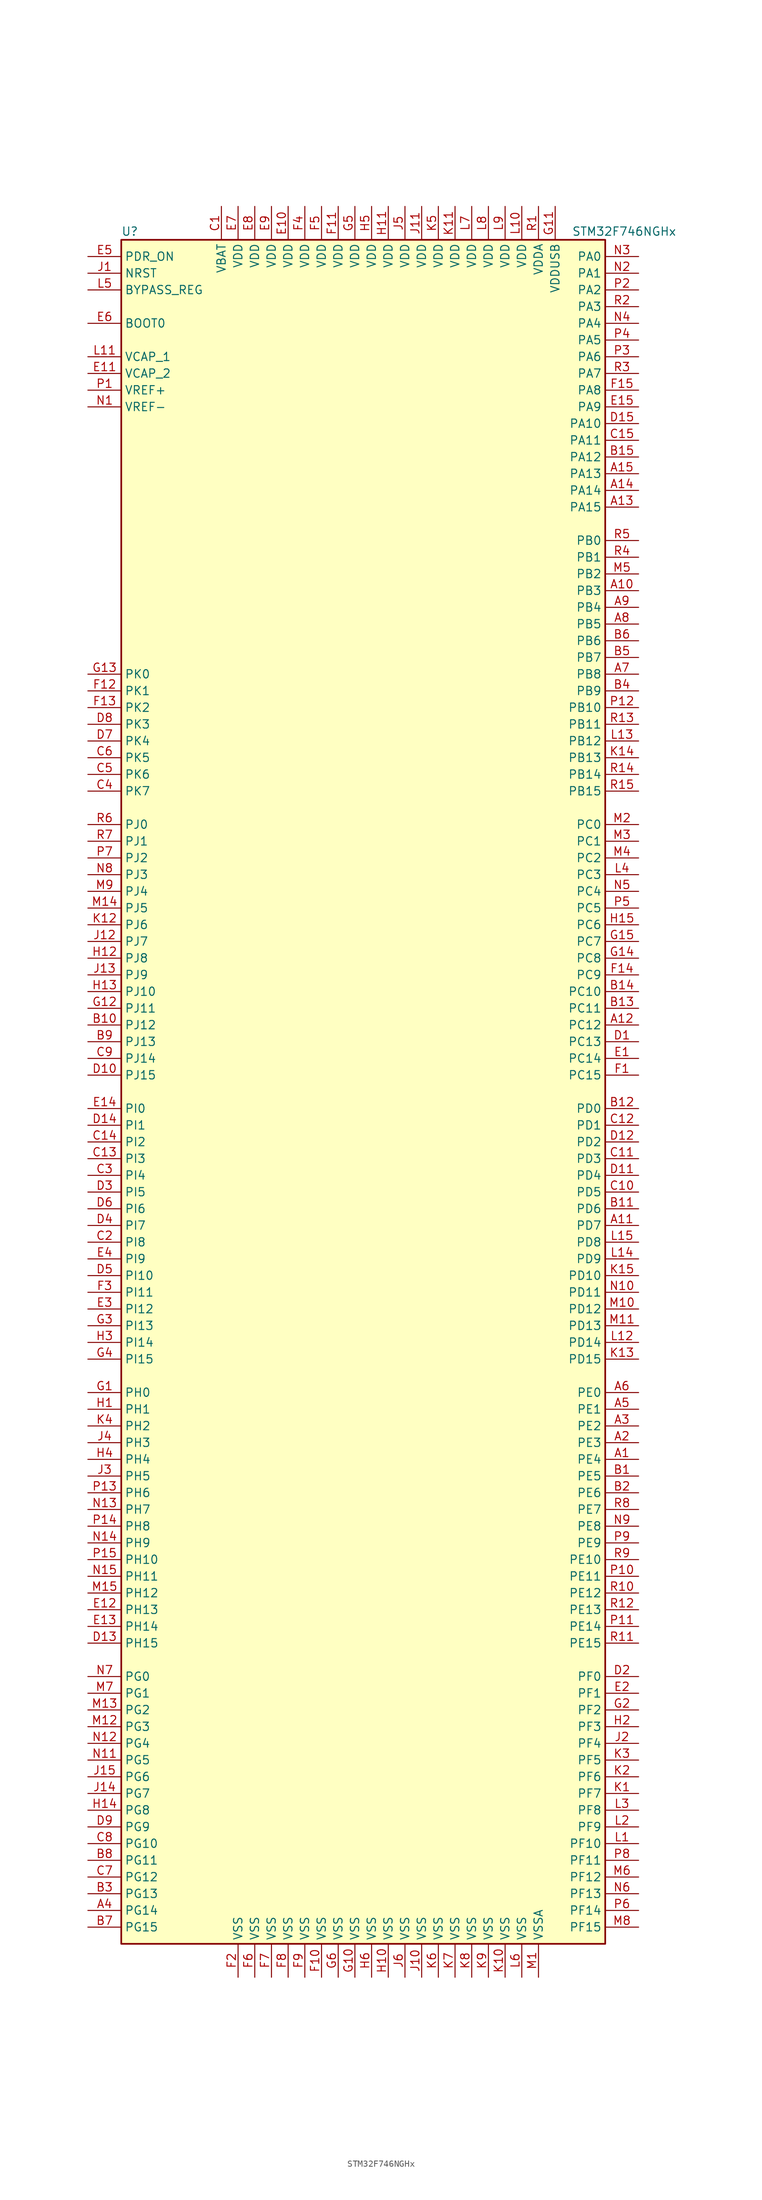
<source format=kicad_sym>
(kicad_symbol_lib
  (version 20201005)
  (generator kicad_symbol_editor)
  (symbol "STM32F746NGHx"
    (property "Reference" "U"
      (at -38.1 130.81 0)
      (effects (font (size 1.27 1.27)) (justify left)))
    (property "Value" "STM32F746NGHx"
      (at 30.48 130.81 0)
      (effects (font (size 1.27 1.27)) (justify left)))
    (symbol "STM32F746NGHx_0_1"
      (rectangle (start -38.1 -129.54) (end 35.56 129.54) (stroke (width 0.254)) (fill (type background))))
    (symbol "STM32F746NGHx_1_1"
      (pin bidirectional line (at 40.64 -55.88 180) (length 5.08) (name "PE4" (effects (font (size 1.27 1.27)))) (number "A1" (effects (font (size 1.27 1.27)))))
      (pin bidirectional line (at 40.64 76.2 180) (length 5.08) (name "PB3" (effects (font (size 1.27 1.27)))) (number "A10" (effects (font (size 1.27 1.27)))))
      (pin bidirectional line (at 40.64 -20.32 180) (length 5.08) (name "PD7" (effects (font (size 1.27 1.27)))) (number "A11" (effects (font (size 1.27 1.27)))))
      (pin bidirectional line (at 40.64 10.16 180) (length 5.08) (name "PC12" (effects (font (size 1.27 1.27)))) (number "A12" (effects (font (size 1.27 1.27)))))
      (pin bidirectional line (at 40.64 88.9 180) (length 5.08) (name "PA15" (effects (font (size 1.27 1.27)))) (number "A13" (effects (font (size 1.27 1.27)))))
      (pin bidirectional line (at 40.64 91.44 180) (length 5.08) (name "PA14" (effects (font (size 1.27 1.27)))) (number "A14" (effects (font (size 1.27 1.27)))))
      (pin bidirectional line (at 40.64 93.98 180) (length 5.08) (name "PA13" (effects (font (size 1.27 1.27)))) (number "A15" (effects (font (size 1.27 1.27)))))
      (pin bidirectional line (at 40.64 -53.34 180) (length 5.08) (name "PE3" (effects (font (size 1.27 1.27)))) (number "A2" (effects (font (size 1.27 1.27)))))
      (pin bidirectional line (at 40.64 -50.8 180) (length 5.08) (name "PE2" (effects (font (size 1.27 1.27)))) (number "A3" (effects (font (size 1.27 1.27)))))
      (pin bidirectional line (at -43.18 -124.46 0) (length 5.08) (name "PG14" (effects (font (size 1.27 1.27)))) (number "A4" (effects (font (size 1.27 1.27)))))
      (pin bidirectional line (at 40.64 -48.26 180) (length 5.08) (name "PE1" (effects (font (size 1.27 1.27)))) (number "A5" (effects (font (size 1.27 1.27)))))
      (pin bidirectional line (at 40.64 -45.72 180) (length 5.08) (name "PE0" (effects (font (size 1.27 1.27)))) (number "A6" (effects (font (size 1.27 1.27)))))
      (pin bidirectional line (at 40.64 63.5 180) (length 5.08) (name "PB8" (effects (font (size 1.27 1.27)))) (number "A7" (effects (font (size 1.27 1.27)))))
      (pin bidirectional line (at 40.64 71.12 180) (length 5.08) (name "PB5" (effects (font (size 1.27 1.27)))) (number "A8" (effects (font (size 1.27 1.27)))))
      (pin bidirectional line (at 40.64 73.66 180) (length 5.08) (name "PB4" (effects (font (size 1.27 1.27)))) (number "A9" (effects (font (size 1.27 1.27)))))
      (pin bidirectional line (at 40.64 -58.42 180) (length 5.08) (name "PE5" (effects (font (size 1.27 1.27)))) (number "B1" (effects (font (size 1.27 1.27)))))
      (pin bidirectional line (at -43.18 10.16 0) (length 5.08) (name "PJ12" (effects (font (size 1.27 1.27)))) (number "B10" (effects (font (size 1.27 1.27)))))
      (pin bidirectional line (at 40.64 -17.78 180) (length 5.08) (name "PD6" (effects (font (size 1.27 1.27)))) (number "B11" (effects (font (size 1.27 1.27)))))
      (pin bidirectional line (at 40.64 -2.54 180) (length 5.08) (name "PD0" (effects (font (size 1.27 1.27)))) (number "B12" (effects (font (size 1.27 1.27)))))
      (pin bidirectional line (at 40.64 12.7 180) (length 5.08) (name "PC11" (effects (font (size 1.27 1.27)))) (number "B13" (effects (font (size 1.27 1.27)))))
      (pin bidirectional line (at 40.64 15.24 180) (length 5.08) (name "PC10" (effects (font (size 1.27 1.27)))) (number "B14" (effects (font (size 1.27 1.27)))))
      (pin bidirectional line (at 40.64 96.52 180) (length 5.08) (name "PA12" (effects (font (size 1.27 1.27)))) (number "B15" (effects (font (size 1.27 1.27)))))
      (pin bidirectional line (at 40.64 -60.96 180) (length 5.08) (name "PE6" (effects (font (size 1.27 1.27)))) (number "B2" (effects (font (size 1.27 1.27)))))
      (pin bidirectional line (at -43.18 -121.92 0) (length 5.08) (name "PG13" (effects (font (size 1.27 1.27)))) (number "B3" (effects (font (size 1.27 1.27)))))
      (pin bidirectional line (at 40.64 60.96 180) (length 5.08) (name "PB9" (effects (font (size 1.27 1.27)))) (number "B4" (effects (font (size 1.27 1.27)))))
      (pin bidirectional line (at 40.64 66.04 180) (length 5.08) (name "PB7" (effects (font (size 1.27 1.27)))) (number "B5" (effects (font (size 1.27 1.27)))))
      (pin bidirectional line (at 40.64 68.58 180) (length 5.08) (name "PB6" (effects (font (size 1.27 1.27)))) (number "B6" (effects (font (size 1.27 1.27)))))
      (pin bidirectional line (at -43.18 -127 0) (length 5.08) (name "PG15" (effects (font (size 1.27 1.27)))) (number "B7" (effects (font (size 1.27 1.27)))))
      (pin bidirectional line (at -43.18 -116.84 0) (length 5.08) (name "PG11" (effects (font (size 1.27 1.27)))) (number "B8" (effects (font (size 1.27 1.27)))))
      (pin bidirectional line (at -43.18 7.62 0) (length 5.08) (name "PJ13" (effects (font (size 1.27 1.27)))) (number "B9" (effects (font (size 1.27 1.27)))))
      (pin power_in line (at -22.86 134.62 270) (length 5.08) (name "VBAT" (effects (font (size 1.27 1.27)))) (number "C1" (effects (font (size 1.27 1.27)))))
      (pin bidirectional line (at 40.64 -15.24 180) (length 5.08) (name "PD5" (effects (font (size 1.27 1.27)))) (number "C10" (effects (font (size 1.27 1.27)))))
      (pin bidirectional line (at 40.64 -10.16 180) (length 5.08) (name "PD3" (effects (font (size 1.27 1.27)))) (number "C11" (effects (font (size 1.27 1.27)))))
      (pin bidirectional line (at 40.64 -5.08 180) (length 5.08) (name "PD1" (effects (font (size 1.27 1.27)))) (number "C12" (effects (font (size 1.27 1.27)))))
      (pin bidirectional line (at -43.18 -10.16 0) (length 5.08) (name "PI3" (effects (font (size 1.27 1.27)))) (number "C13" (effects (font (size 1.27 1.27)))))
      (pin bidirectional line (at -43.18 -7.62 0) (length 5.08) (name "PI2" (effects (font (size 1.27 1.27)))) (number "C14" (effects (font (size 1.27 1.27)))))
      (pin bidirectional line (at 40.64 99.06 180) (length 5.08) (name "PA11" (effects (font (size 1.27 1.27)))) (number "C15" (effects (font (size 1.27 1.27)))))
      (pin bidirectional line (at -43.18 -22.86 0) (length 5.08) (name "PI8" (effects (font (size 1.27 1.27)))) (number "C2" (effects (font (size 1.27 1.27)))))
      (pin bidirectional line (at -43.18 -12.7 0) (length 5.08) (name "PI4" (effects (font (size 1.27 1.27)))) (number "C3" (effects (font (size 1.27 1.27)))))
      (pin bidirectional line (at -43.18 45.72 0) (length 5.08) (name "PK7" (effects (font (size 1.27 1.27)))) (number "C4" (effects (font (size 1.27 1.27)))))
      (pin bidirectional line (at -43.18 48.26 0) (length 5.08) (name "PK6" (effects (font (size 1.27 1.27)))) (number "C5" (effects (font (size 1.27 1.27)))))
      (pin bidirectional line (at -43.18 50.8 0) (length 5.08) (name "PK5" (effects (font (size 1.27 1.27)))) (number "C6" (effects (font (size 1.27 1.27)))))
      (pin bidirectional line (at -43.18 -119.38 0) (length 5.08) (name "PG12" (effects (font (size 1.27 1.27)))) (number "C7" (effects (font (size 1.27 1.27)))))
      (pin bidirectional line (at -43.18 -114.3 0) (length 5.08) (name "PG10" (effects (font (size 1.27 1.27)))) (number "C8" (effects (font (size 1.27 1.27)))))
      (pin bidirectional line (at -43.18 5.08 0) (length 5.08) (name "PJ14" (effects (font (size 1.27 1.27)))) (number "C9" (effects (font (size 1.27 1.27)))))
      (pin bidirectional line (at 40.64 7.62 180) (length 5.08) (name "PC13" (effects (font (size 1.27 1.27)))) (number "D1" (effects (font (size 1.27 1.27)))))
      (pin bidirectional line (at -43.18 2.54 0) (length 5.08) (name "PJ15" (effects (font (size 1.27 1.27)))) (number "D10" (effects (font (size 1.27 1.27)))))
      (pin bidirectional line (at 40.64 -12.7 180) (length 5.08) (name "PD4" (effects (font (size 1.27 1.27)))) (number "D11" (effects (font (size 1.27 1.27)))))
      (pin bidirectional line (at 40.64 -7.62 180) (length 5.08) (name "PD2" (effects (font (size 1.27 1.27)))) (number "D12" (effects (font (size 1.27 1.27)))))
      (pin bidirectional line (at -43.18 -83.82 0) (length 5.08) (name "PH15" (effects (font (size 1.27 1.27)))) (number "D13" (effects (font (size 1.27 1.27)))))
      (pin bidirectional line (at -43.18 -5.08 0) (length 5.08) (name "PI1" (effects (font (size 1.27 1.27)))) (number "D14" (effects (font (size 1.27 1.27)))))
      (pin bidirectional line (at 40.64 101.6 180) (length 5.08) (name "PA10" (effects (font (size 1.27 1.27)))) (number "D15" (effects (font (size 1.27 1.27)))))
      (pin bidirectional line (at 40.64 -88.9 180) (length 5.08) (name "PF0" (effects (font (size 1.27 1.27)))) (number "D2" (effects (font (size 1.27 1.27)))))
      (pin bidirectional line (at -43.18 -15.24 0) (length 5.08) (name "PI5" (effects (font (size 1.27 1.27)))) (number "D3" (effects (font (size 1.27 1.27)))))
      (pin bidirectional line (at -43.18 -20.32 0) (length 5.08) (name "PI7" (effects (font (size 1.27 1.27)))) (number "D4" (effects (font (size 1.27 1.27)))))
      (pin bidirectional line (at -43.18 -27.94 0) (length 5.08) (name "PI10" (effects (font (size 1.27 1.27)))) (number "D5" (effects (font (size 1.27 1.27)))))
      (pin bidirectional line (at -43.18 -17.78 0) (length 5.08) (name "PI6" (effects (font (size 1.27 1.27)))) (number "D6" (effects (font (size 1.27 1.27)))))
      (pin bidirectional line (at -43.18 53.34 0) (length 5.08) (name "PK4" (effects (font (size 1.27 1.27)))) (number "D7" (effects (font (size 1.27 1.27)))))
      (pin bidirectional line (at -43.18 55.88 0) (length 5.08) (name "PK3" (effects (font (size 1.27 1.27)))) (number "D8" (effects (font (size 1.27 1.27)))))
      (pin bidirectional line (at -43.18 -111.76 0) (length 5.08) (name "PG9" (effects (font (size 1.27 1.27)))) (number "D9" (effects (font (size 1.27 1.27)))))
      (pin bidirectional line (at 40.64 5.08 180) (length 5.08) (name "PC14" (effects (font (size 1.27 1.27)))) (number "E1" (effects (font (size 1.27 1.27)))))
      (pin power_in line (at -12.7 134.62 270) (length 5.08) (name "VDD" (effects (font (size 1.27 1.27)))) (number "E10" (effects (font (size 1.27 1.27)))))
      (pin power_in line (at -43.18 109.22 0) (length 5.08) (name "VCAP_2" (effects (font (size 1.27 1.27)))) (number "E11" (effects (font (size 1.27 1.27)))))
      (pin bidirectional line (at -43.18 -78.74 0) (length 5.08) (name "PH13" (effects (font (size 1.27 1.27)))) (number "E12" (effects (font (size 1.27 1.27)))))
      (pin bidirectional line (at -43.18 -81.28 0) (length 5.08) (name "PH14" (effects (font (size 1.27 1.27)))) (number "E13" (effects (font (size 1.27 1.27)))))
      (pin bidirectional line (at -43.18 -2.54 0) (length 5.08) (name "PI0" (effects (font (size 1.27 1.27)))) (number "E14" (effects (font (size 1.27 1.27)))))
      (pin bidirectional line (at 40.64 104.14 180) (length 5.08) (name "PA9" (effects (font (size 1.27 1.27)))) (number "E15" (effects (font (size 1.27 1.27)))))
      (pin bidirectional line (at 40.64 -91.44 180) (length 5.08) (name "PF1" (effects (font (size 1.27 1.27)))) (number "E2" (effects (font (size 1.27 1.27)))))
      (pin bidirectional line (at -43.18 -33.02 0) (length 5.08) (name "PI12" (effects (font (size 1.27 1.27)))) (number "E3" (effects (font (size 1.27 1.27)))))
      (pin bidirectional line (at -43.18 -25.4 0) (length 5.08) (name "PI9" (effects (font (size 1.27 1.27)))) (number "E4" (effects (font (size 1.27 1.27)))))
      (pin input line (at -43.18 127 0) (length 5.08) (name "PDR_ON" (effects (font (size 1.27 1.27)))) (number "E5" (effects (font (size 1.27 1.27)))))
      (pin input line (at -43.18 116.84 0) (length 5.08) (name "BOOT0" (effects (font (size 1.27 1.27)))) (number "E6" (effects (font (size 1.27 1.27)))))
      (pin power_in line (at -20.32 134.62 270) (length 5.08) (name "VDD" (effects (font (size 1.27 1.27)))) (number "E7" (effects (font (size 1.27 1.27)))))
      (pin power_in line (at -17.78 134.62 270) (length 5.08) (name "VDD" (effects (font (size 1.27 1.27)))) (number "E8" (effects (font (size 1.27 1.27)))))
      (pin power_in line (at -15.24 134.62 270) (length 5.08) (name "VDD" (effects (font (size 1.27 1.27)))) (number "E9" (effects (font (size 1.27 1.27)))))
      (pin bidirectional line (at 40.64 2.54 180) (length 5.08) (name "PC15" (effects (font (size 1.27 1.27)))) (number "F1" (effects (font (size 1.27 1.27)))))
      (pin power_in line (at -7.62 -134.62 90) (length 5.08) (name "VSS" (effects (font (size 1.27 1.27)))) (number "F10" (effects (font (size 1.27 1.27)))))
      (pin power_in line (at -5.08 134.62 270) (length 5.08) (name "VDD" (effects (font (size 1.27 1.27)))) (number "F11" (effects (font (size 1.27 1.27)))))
      (pin bidirectional line (at -43.18 60.96 0) (length 5.08) (name "PK1" (effects (font (size 1.27 1.27)))) (number "F12" (effects (font (size 1.27 1.27)))))
      (pin bidirectional line (at -43.18 58.42 0) (length 5.08) (name "PK2" (effects (font (size 1.27 1.27)))) (number "F13" (effects (font (size 1.27 1.27)))))
      (pin bidirectional line (at 40.64 17.78 180) (length 5.08) (name "PC9" (effects (font (size 1.27 1.27)))) (number "F14" (effects (font (size 1.27 1.27)))))
      (pin bidirectional line (at 40.64 106.68 180) (length 5.08) (name "PA8" (effects (font (size 1.27 1.27)))) (number "F15" (effects (font (size 1.27 1.27)))))
      (pin power_in line (at -20.32 -134.62 90) (length 5.08) (name "VSS" (effects (font (size 1.27 1.27)))) (number "F2" (effects (font (size 1.27 1.27)))))
      (pin bidirectional line (at -43.18 -30.48 0) (length 5.08) (name "PI11" (effects (font (size 1.27 1.27)))) (number "F3" (effects (font (size 1.27 1.27)))))
      (pin power_in line (at -10.16 134.62 270) (length 5.08) (name "VDD" (effects (font (size 1.27 1.27)))) (number "F4" (effects (font (size 1.27 1.27)))))
      (pin power_in line (at -7.62 134.62 270) (length 5.08) (name "VDD" (effects (font (size 1.27 1.27)))) (number "F5" (effects (font (size 1.27 1.27)))))
      (pin power_in line (at -17.78 -134.62 90) (length 5.08) (name "VSS" (effects (font (size 1.27 1.27)))) (number "F6" (effects (font (size 1.27 1.27)))))
      (pin power_in line (at -15.24 -134.62 90) (length 5.08) (name "VSS" (effects (font (size 1.27 1.27)))) (number "F7" (effects (font (size 1.27 1.27)))))
      (pin power_in line (at -12.7 -134.62 90) (length 5.08) (name "VSS" (effects (font (size 1.27 1.27)))) (number "F8" (effects (font (size 1.27 1.27)))))
      (pin power_in line (at -10.16 -134.62 90) (length 5.08) (name "VSS" (effects (font (size 1.27 1.27)))) (number "F9" (effects (font (size 1.27 1.27)))))
      (pin input line (at -43.18 -45.72 0) (length 5.08) (name "PH0" (effects (font (size 1.27 1.27)))) (number "G1" (effects (font (size 1.27 1.27)))))
      (pin power_in line (at -2.54 -134.62 90) (length 5.08) (name "VSS" (effects (font (size 1.27 1.27)))) (number "G10" (effects (font (size 1.27 1.27)))))
      (pin power_in line (at 27.94 134.62 270) (length 5.08) (name "VDDUSB" (effects (font (size 1.27 1.27)))) (number "G11" (effects (font (size 1.27 1.27)))))
      (pin bidirectional line (at -43.18 12.7 0) (length 5.08) (name "PJ11" (effects (font (size 1.27 1.27)))) (number "G12" (effects (font (size 1.27 1.27)))))
      (pin bidirectional line (at -43.18 63.5 0) (length 5.08) (name "PK0" (effects (font (size 1.27 1.27)))) (number "G13" (effects (font (size 1.27 1.27)))))
      (pin bidirectional line (at 40.64 20.32 180) (length 5.08) (name "PC8" (effects (font (size 1.27 1.27)))) (number "G14" (effects (font (size 1.27 1.27)))))
      (pin bidirectional line (at 40.64 22.86 180) (length 5.08) (name "PC7" (effects (font (size 1.27 1.27)))) (number "G15" (effects (font (size 1.27 1.27)))))
      (pin bidirectional line (at 40.64 -93.98 180) (length 5.08) (name "PF2" (effects (font (size 1.27 1.27)))) (number "G2" (effects (font (size 1.27 1.27)))))
      (pin bidirectional line (at -43.18 -35.56 0) (length 5.08) (name "PI13" (effects (font (size 1.27 1.27)))) (number "G3" (effects (font (size 1.27 1.27)))))
      (pin bidirectional line (at -43.18 -40.64 0) (length 5.08) (name "PI15" (effects (font (size 1.27 1.27)))) (number "G4" (effects (font (size 1.27 1.27)))))
      (pin power_in line (at -2.54 134.62 270) (length 5.08) (name "VDD" (effects (font (size 1.27 1.27)))) (number "G5" (effects (font (size 1.27 1.27)))))
      (pin power_in line (at -5.08 -134.62 90) (length 5.08) (name "VSS" (effects (font (size 1.27 1.27)))) (number "G6" (effects (font (size 1.27 1.27)))))
      (pin input line (at -43.18 -48.26 0) (length 5.08) (name "PH1" (effects (font (size 1.27 1.27)))) (number "H1" (effects (font (size 1.27 1.27)))))
      (pin power_in line (at 2.54 -134.62 90) (length 5.08) (name "VSS" (effects (font (size 1.27 1.27)))) (number "H10" (effects (font (size 1.27 1.27)))))
      (pin power_in line (at 2.54 134.62 270) (length 5.08) (name "VDD" (effects (font (size 1.27 1.27)))) (number "H11" (effects (font (size 1.27 1.27)))))
      (pin bidirectional line (at -43.18 20.32 0) (length 5.08) (name "PJ8" (effects (font (size 1.27 1.27)))) (number "H12" (effects (font (size 1.27 1.27)))))
      (pin bidirectional line (at -43.18 15.24 0) (length 5.08) (name "PJ10" (effects (font (size 1.27 1.27)))) (number "H13" (effects (font (size 1.27 1.27)))))
      (pin bidirectional line (at -43.18 -109.22 0) (length 5.08) (name "PG8" (effects (font (size 1.27 1.27)))) (number "H14" (effects (font (size 1.27 1.27)))))
      (pin bidirectional line (at 40.64 25.4 180) (length 5.08) (name "PC6" (effects (font (size 1.27 1.27)))) (number "H15" (effects (font (size 1.27 1.27)))))
      (pin bidirectional line (at 40.64 -96.52 180) (length 5.08) (name "PF3" (effects (font (size 1.27 1.27)))) (number "H2" (effects (font (size 1.27 1.27)))))
      (pin bidirectional line (at -43.18 -38.1 0) (length 5.08) (name "PI14" (effects (font (size 1.27 1.27)))) (number "H3" (effects (font (size 1.27 1.27)))))
      (pin bidirectional line (at -43.18 -55.88 0) (length 5.08) (name "PH4" (effects (font (size 1.27 1.27)))) (number "H4" (effects (font (size 1.27 1.27)))))
      (pin power_in line (at 0 134.62 270) (length 5.08) (name "VDD" (effects (font (size 1.27 1.27)))) (number "H5" (effects (font (size 1.27 1.27)))))
      (pin power_in line (at 0 -134.62 90) (length 5.08) (name "VSS" (effects (font (size 1.27 1.27)))) (number "H6" (effects (font (size 1.27 1.27)))))
      (pin input line (at -43.18 124.46 0) (length 5.08) (name "NRST" (effects (font (size 1.27 1.27)))) (number "J1" (effects (font (size 1.27 1.27)))))
      (pin power_in line (at 7.62 -134.62 90) (length 5.08) (name "VSS" (effects (font (size 1.27 1.27)))) (number "J10" (effects (font (size 1.27 1.27)))))
      (pin power_in line (at 7.62 134.62 270) (length 5.08) (name "VDD" (effects (font (size 1.27 1.27)))) (number "J11" (effects (font (size 1.27 1.27)))))
      (pin bidirectional line (at -43.18 22.86 0) (length 5.08) (name "PJ7" (effects (font (size 1.27 1.27)))) (number "J12" (effects (font (size 1.27 1.27)))))
      (pin bidirectional line (at -43.18 17.78 0) (length 5.08) (name "PJ9" (effects (font (size 1.27 1.27)))) (number "J13" (effects (font (size 1.27 1.27)))))
      (pin bidirectional line (at -43.18 -106.68 0) (length 5.08) (name "PG7" (effects (font (size 1.27 1.27)))) (number "J14" (effects (font (size 1.27 1.27)))))
      (pin bidirectional line (at -43.18 -104.14 0) (length 5.08) (name "PG6" (effects (font (size 1.27 1.27)))) (number "J15" (effects (font (size 1.27 1.27)))))
      (pin bidirectional line (at 40.64 -99.06 180) (length 5.08) (name "PF4" (effects (font (size 1.27 1.27)))) (number "J2" (effects (font (size 1.27 1.27)))))
      (pin bidirectional line (at -43.18 -58.42 0) (length 5.08) (name "PH5" (effects (font (size 1.27 1.27)))) (number "J3" (effects (font (size 1.27 1.27)))))
      (pin bidirectional line (at -43.18 -53.34 0) (length 5.08) (name "PH3" (effects (font (size 1.27 1.27)))) (number "J4" (effects (font (size 1.27 1.27)))))
      (pin power_in line (at 5.08 134.62 270) (length 5.08) (name "VDD" (effects (font (size 1.27 1.27)))) (number "J5" (effects (font (size 1.27 1.27)))))
      (pin power_in line (at 5.08 -134.62 90) (length 5.08) (name "VSS" (effects (font (size 1.27 1.27)))) (number "J6" (effects (font (size 1.27 1.27)))))
      (pin bidirectional line (at 40.64 -106.68 180) (length 5.08) (name "PF7" (effects (font (size 1.27 1.27)))) (number "K1" (effects (font (size 1.27 1.27)))))
      (pin power_in line (at 20.32 -134.62 90) (length 5.08) (name "VSS" (effects (font (size 1.27 1.27)))) (number "K10" (effects (font (size 1.27 1.27)))))
      (pin power_in line (at 12.7 134.62 270) (length 5.08) (name "VDD" (effects (font (size 1.27 1.27)))) (number "K11" (effects (font (size 1.27 1.27)))))
      (pin bidirectional line (at -43.18 25.4 0) (length 5.08) (name "PJ6" (effects (font (size 1.27 1.27)))) (number "K12" (effects (font (size 1.27 1.27)))))
      (pin bidirectional line (at 40.64 -40.64 180) (length 5.08) (name "PD15" (effects (font (size 1.27 1.27)))) (number "K13" (effects (font (size 1.27 1.27)))))
      (pin bidirectional line (at 40.64 50.8 180) (length 5.08) (name "PB13" (effects (font (size 1.27 1.27)))) (number "K14" (effects (font (size 1.27 1.27)))))
      (pin bidirectional line (at 40.64 -27.94 180) (length 5.08) (name "PD10" (effects (font (size 1.27 1.27)))) (number "K15" (effects (font (size 1.27 1.27)))))
      (pin bidirectional line (at 40.64 -104.14 180) (length 5.08) (name "PF6" (effects (font (size 1.27 1.27)))) (number "K2" (effects (font (size 1.27 1.27)))))
      (pin bidirectional line (at 40.64 -101.6 180) (length 5.08) (name "PF5" (effects (font (size 1.27 1.27)))) (number "K3" (effects (font (size 1.27 1.27)))))
      (pin bidirectional line (at -43.18 -50.8 0) (length 5.08) (name "PH2" (effects (font (size 1.27 1.27)))) (number "K4" (effects (font (size 1.27 1.27)))))
      (pin power_in line (at 10.16 134.62 270) (length 5.08) (name "VDD" (effects (font (size 1.27 1.27)))) (number "K5" (effects (font (size 1.27 1.27)))))
      (pin power_in line (at 10.16 -134.62 90) (length 5.08) (name "VSS" (effects (font (size 1.27 1.27)))) (number "K6" (effects (font (size 1.27 1.27)))))
      (pin power_in line (at 12.7 -134.62 90) (length 5.08) (name "VSS" (effects (font (size 1.27 1.27)))) (number "K7" (effects (font (size 1.27 1.27)))))
      (pin power_in line (at 15.24 -134.62 90) (length 5.08) (name "VSS" (effects (font (size 1.27 1.27)))) (number "K8" (effects (font (size 1.27 1.27)))))
      (pin power_in line (at 17.78 -134.62 90) (length 5.08) (name "VSS" (effects (font (size 1.27 1.27)))) (number "K9" (effects (font (size 1.27 1.27)))))
      (pin bidirectional line (at 40.64 -114.3 180) (length 5.08) (name "PF10" (effects (font (size 1.27 1.27)))) (number "L1" (effects (font (size 1.27 1.27)))))
      (pin power_in line (at 22.86 134.62 270) (length 5.08) (name "VDD" (effects (font (size 1.27 1.27)))) (number "L10" (effects (font (size 1.27 1.27)))))
      (pin power_in line (at -43.18 111.76 0) (length 5.08) (name "VCAP_1" (effects (font (size 1.27 1.27)))) (number "L11" (effects (font (size 1.27 1.27)))))
      (pin bidirectional line (at 40.64 -38.1 180) (length 5.08) (name "PD14" (effects (font (size 1.27 1.27)))) (number "L12" (effects (font (size 1.27 1.27)))))
      (pin bidirectional line (at 40.64 53.34 180) (length 5.08) (name "PB12" (effects (font (size 1.27 1.27)))) (number "L13" (effects (font (size 1.27 1.27)))))
      (pin bidirectional line (at 40.64 -25.4 180) (length 5.08) (name "PD9" (effects (font (size 1.27 1.27)))) (number "L14" (effects (font (size 1.27 1.27)))))
      (pin bidirectional line (at 40.64 -22.86 180) (length 5.08) (name "PD8" (effects (font (size 1.27 1.27)))) (number "L15" (effects (font (size 1.27 1.27)))))
      (pin bidirectional line (at 40.64 -111.76 180) (length 5.08) (name "PF9" (effects (font (size 1.27 1.27)))) (number "L2" (effects (font (size 1.27 1.27)))))
      (pin bidirectional line (at 40.64 -109.22 180) (length 5.08) (name "PF8" (effects (font (size 1.27 1.27)))) (number "L3" (effects (font (size 1.27 1.27)))))
      (pin bidirectional line (at 40.64 33.02 180) (length 5.08) (name "PC3" (effects (font (size 1.27 1.27)))) (number "L4" (effects (font (size 1.27 1.27)))))
      (pin input line (at -43.18 121.92 0) (length 5.08) (name "BYPASS_REG" (effects (font (size 1.27 1.27)))) (number "L5" (effects (font (size 1.27 1.27)))))
      (pin power_in line (at 22.86 -134.62 90) (length 5.08) (name "VSS" (effects (font (size 1.27 1.27)))) (number "L6" (effects (font (size 1.27 1.27)))))
      (pin power_in line (at 15.24 134.62 270) (length 5.08) (name "VDD" (effects (font (size 1.27 1.27)))) (number "L7" (effects (font (size 1.27 1.27)))))
      (pin power_in line (at 17.78 134.62 270) (length 5.08) (name "VDD" (effects (font (size 1.27 1.27)))) (number "L8" (effects (font (size 1.27 1.27)))))
      (pin power_in line (at 20.32 134.62 270) (length 5.08) (name "VDD" (effects (font (size 1.27 1.27)))) (number "L9" (effects (font (size 1.27 1.27)))))
      (pin power_in line (at 25.4 -134.62 90) (length 5.08) (name "VSSA" (effects (font (size 1.27 1.27)))) (number "M1" (effects (font (size 1.27 1.27)))))
      (pin bidirectional line (at 40.64 -33.02 180) (length 5.08) (name "PD12" (effects (font (size 1.27 1.27)))) (number "M10" (effects (font (size 1.27 1.27)))))
      (pin bidirectional line (at 40.64 -35.56 180) (length 5.08) (name "PD13" (effects (font (size 1.27 1.27)))) (number "M11" (effects (font (size 1.27 1.27)))))
      (pin bidirectional line (at -43.18 -96.52 0) (length 5.08) (name "PG3" (effects (font (size 1.27 1.27)))) (number "M12" (effects (font (size 1.27 1.27)))))
      (pin bidirectional line (at -43.18 -93.98 0) (length 5.08) (name "PG2" (effects (font (size 1.27 1.27)))) (number "M13" (effects (font (size 1.27 1.27)))))
      (pin bidirectional line (at -43.18 27.94 0) (length 5.08) (name "PJ5" (effects (font (size 1.27 1.27)))) (number "M14" (effects (font (size 1.27 1.27)))))
      (pin bidirectional line (at -43.18 -76.2 0) (length 5.08) (name "PH12" (effects (font (size 1.27 1.27)))) (number "M15" (effects (font (size 1.27 1.27)))))
      (pin bidirectional line (at 40.64 40.64 180) (length 5.08) (name "PC0" (effects (font (size 1.27 1.27)))) (number "M2" (effects (font (size 1.27 1.27)))))
      (pin bidirectional line (at 40.64 38.1 180) (length 5.08) (name "PC1" (effects (font (size 1.27 1.27)))) (number "M3" (effects (font (size 1.27 1.27)))))
      (pin bidirectional line (at 40.64 35.56 180) (length 5.08) (name "PC2" (effects (font (size 1.27 1.27)))) (number "M4" (effects (font (size 1.27 1.27)))))
      (pin bidirectional line (at 40.64 78.74 180) (length 5.08) (name "PB2" (effects (font (size 1.27 1.27)))) (number "M5" (effects (font (size 1.27 1.27)))))
      (pin bidirectional line (at 40.64 -119.38 180) (length 5.08) (name "PF12" (effects (font (size 1.27 1.27)))) (number "M6" (effects (font (size 1.27 1.27)))))
      (pin bidirectional line (at -43.18 -91.44 0) (length 5.08) (name "PG1" (effects (font (size 1.27 1.27)))) (number "M7" (effects (font (size 1.27 1.27)))))
      (pin bidirectional line (at 40.64 -127 180) (length 5.08) (name "PF15" (effects (font (size 1.27 1.27)))) (number "M8" (effects (font (size 1.27 1.27)))))
      (pin bidirectional line (at -43.18 30.48 0) (length 5.08) (name "PJ4" (effects (font (size 1.27 1.27)))) (number "M9" (effects (font (size 1.27 1.27)))))
      (pin power_in line (at -43.18 104.14 0) (length 5.08) (name "VREF-" (effects (font (size 1.27 1.27)))) (number "N1" (effects (font (size 1.27 1.27)))))
      (pin bidirectional line (at 40.64 -30.48 180) (length 5.08) (name "PD11" (effects (font (size 1.27 1.27)))) (number "N10" (effects (font (size 1.27 1.27)))))
      (pin bidirectional line (at -43.18 -101.6 0) (length 5.08) (name "PG5" (effects (font (size 1.27 1.27)))) (number "N11" (effects (font (size 1.27 1.27)))))
      (pin bidirectional line (at -43.18 -99.06 0) (length 5.08) (name "PG4" (effects (font (size 1.27 1.27)))) (number "N12" (effects (font (size 1.27 1.27)))))
      (pin bidirectional line (at -43.18 -63.5 0) (length 5.08) (name "PH7" (effects (font (size 1.27 1.27)))) (number "N13" (effects (font (size 1.27 1.27)))))
      (pin bidirectional line (at -43.18 -68.58 0) (length 5.08) (name "PH9" (effects (font (size 1.27 1.27)))) (number "N14" (effects (font (size 1.27 1.27)))))
      (pin bidirectional line (at -43.18 -73.66 0) (length 5.08) (name "PH11" (effects (font (size 1.27 1.27)))) (number "N15" (effects (font (size 1.27 1.27)))))
      (pin bidirectional line (at 40.64 124.46 180) (length 5.08) (name "PA1" (effects (font (size 1.27 1.27)))) (number "N2" (effects (font (size 1.27 1.27)))))
      (pin bidirectional line (at 40.64 127 180) (length 5.08) (name "PA0" (effects (font (size 1.27 1.27)))) (number "N3" (effects (font (size 1.27 1.27)))))
      (pin bidirectional line (at 40.64 116.84 180) (length 5.08) (name "PA4" (effects (font (size 1.27 1.27)))) (number "N4" (effects (font (size 1.27 1.27)))))
      (pin bidirectional line (at 40.64 30.48 180) (length 5.08) (name "PC4" (effects (font (size 1.27 1.27)))) (number "N5" (effects (font (size 1.27 1.27)))))
      (pin bidirectional line (at 40.64 -121.92 180) (length 5.08) (name "PF13" (effects (font (size 1.27 1.27)))) (number "N6" (effects (font (size 1.27 1.27)))))
      (pin bidirectional line (at -43.18 -88.9 0) (length 5.08) (name "PG0" (effects (font (size 1.27 1.27)))) (number "N7" (effects (font (size 1.27 1.27)))))
      (pin bidirectional line (at -43.18 33.02 0) (length 5.08) (name "PJ3" (effects (font (size 1.27 1.27)))) (number "N8" (effects (font (size 1.27 1.27)))))
      (pin bidirectional line (at 40.64 -66.04 180) (length 5.08) (name "PE8" (effects (font (size 1.27 1.27)))) (number "N9" (effects (font (size 1.27 1.27)))))
      (pin power_in line (at -43.18 106.68 0) (length 5.08) (name "VREF+" (effects (font (size 1.27 1.27)))) (number "P1" (effects (font (size 1.27 1.27)))))
      (pin bidirectional line (at 40.64 -73.66 180) (length 5.08) (name "PE11" (effects (font (size 1.27 1.27)))) (number "P10" (effects (font (size 1.27 1.27)))))
      (pin bidirectional line (at 40.64 -81.28 180) (length 5.08) (name "PE14" (effects (font (size 1.27 1.27)))) (number "P11" (effects (font (size 1.27 1.27)))))
      (pin bidirectional line (at 40.64 58.42 180) (length 5.08) (name "PB10" (effects (font (size 1.27 1.27)))) (number "P12" (effects (font (size 1.27 1.27)))))
      (pin bidirectional line (at -43.18 -60.96 0) (length 5.08) (name "PH6" (effects (font (size 1.27 1.27)))) (number "P13" (effects (font (size 1.27 1.27)))))
      (pin bidirectional line (at -43.18 -66.04 0) (length 5.08) (name "PH8" (effects (font (size 1.27 1.27)))) (number "P14" (effects (font (size 1.27 1.27)))))
      (pin bidirectional line (at -43.18 -71.12 0) (length 5.08) (name "PH10" (effects (font (size 1.27 1.27)))) (number "P15" (effects (font (size 1.27 1.27)))))
      (pin bidirectional line (at 40.64 121.92 180) (length 5.08) (name "PA2" (effects (font (size 1.27 1.27)))) (number "P2" (effects (font (size 1.27 1.27)))))
      (pin bidirectional line (at 40.64 111.76 180) (length 5.08) (name "PA6" (effects (font (size 1.27 1.27)))) (number "P3" (effects (font (size 1.27 1.27)))))
      (pin bidirectional line (at 40.64 114.3 180) (length 5.08) (name "PA5" (effects (font (size 1.27 1.27)))) (number "P4" (effects (font (size 1.27 1.27)))))
      (pin bidirectional line (at 40.64 27.94 180) (length 5.08) (name "PC5" (effects (font (size 1.27 1.27)))) (number "P5" (effects (font (size 1.27 1.27)))))
      (pin bidirectional line (at 40.64 -124.46 180) (length 5.08) (name "PF14" (effects (font (size 1.27 1.27)))) (number "P6" (effects (font (size 1.27 1.27)))))
      (pin bidirectional line (at -43.18 35.56 0) (length 5.08) (name "PJ2" (effects (font (size 1.27 1.27)))) (number "P7" (effects (font (size 1.27 1.27)))))
      (pin bidirectional line (at 40.64 -116.84 180) (length 5.08) (name "PF11" (effects (font (size 1.27 1.27)))) (number "P8" (effects (font (size 1.27 1.27)))))
      (pin bidirectional line (at 40.64 -68.58 180) (length 5.08) (name "PE9" (effects (font (size 1.27 1.27)))) (number "P9" (effects (font (size 1.27 1.27)))))
      (pin power_in line (at 25.4 134.62 270) (length 5.08) (name "VDDA" (effects (font (size 1.27 1.27)))) (number "R1" (effects (font (size 1.27 1.27)))))
      (pin bidirectional line (at 40.64 -76.2 180) (length 5.08) (name "PE12" (effects (font (size 1.27 1.27)))) (number "R10" (effects (font (size 1.27 1.27)))))
      (pin bidirectional line (at 40.64 -83.82 180) (length 5.08) (name "PE15" (effects (font (size 1.27 1.27)))) (number "R11" (effects (font (size 1.27 1.27)))))
      (pin bidirectional line (at 40.64 -78.74 180) (length 5.08) (name "PE13" (effects (font (size 1.27 1.27)))) (number "R12" (effects (font (size 1.27 1.27)))))
      (pin bidirectional line (at 40.64 55.88 180) (length 5.08) (name "PB11" (effects (font (size 1.27 1.27)))) (number "R13" (effects (font (size 1.27 1.27)))))
      (pin bidirectional line (at 40.64 48.26 180) (length 5.08) (name "PB14" (effects (font (size 1.27 1.27)))) (number "R14" (effects (font (size 1.27 1.27)))))
      (pin bidirectional line (at 40.64 45.72 180) (length 5.08) (name "PB15" (effects (font (size 1.27 1.27)))) (number "R15" (effects (font (size 1.27 1.27)))))
      (pin bidirectional line (at 40.64 119.38 180) (length 5.08) (name "PA3" (effects (font (size 1.27 1.27)))) (number "R2" (effects (font (size 1.27 1.27)))))
      (pin bidirectional line (at 40.64 109.22 180) (length 5.08) (name "PA7" (effects (font (size 1.27 1.27)))) (number "R3" (effects (font (size 1.27 1.27)))))
      (pin bidirectional line (at 40.64 81.28 180) (length 5.08) (name "PB1" (effects (font (size 1.27 1.27)))) (number "R4" (effects (font (size 1.27 1.27)))))
      (pin bidirectional line (at 40.64 83.82 180) (length 5.08) (name "PB0" (effects (font (size 1.27 1.27)))) (number "R5" (effects (font (size 1.27 1.27)))))
      (pin bidirectional line (at -43.18 40.64 0) (length 5.08) (name "PJ0" (effects (font (size 1.27 1.27)))) (number "R6" (effects (font (size 1.27 1.27)))))
      (pin bidirectional line (at -43.18 38.1 0) (length 5.08) (name "PJ1" (effects (font (size 1.27 1.27)))) (number "R7" (effects (font (size 1.27 1.27)))))
      (pin bidirectional line (at 40.64 -63.5 180) (length 5.08) (name "PE7" (effects (font (size 1.27 1.27)))) (number "R8" (effects (font (size 1.27 1.27)))))
      (pin bidirectional line (at 40.64 -71.12 180) (length 5.08) (name "PE10" (effects (font (size 1.27 1.27)))) (number "R9" (effects (font (size 1.27 1.27))))))))
</source>
